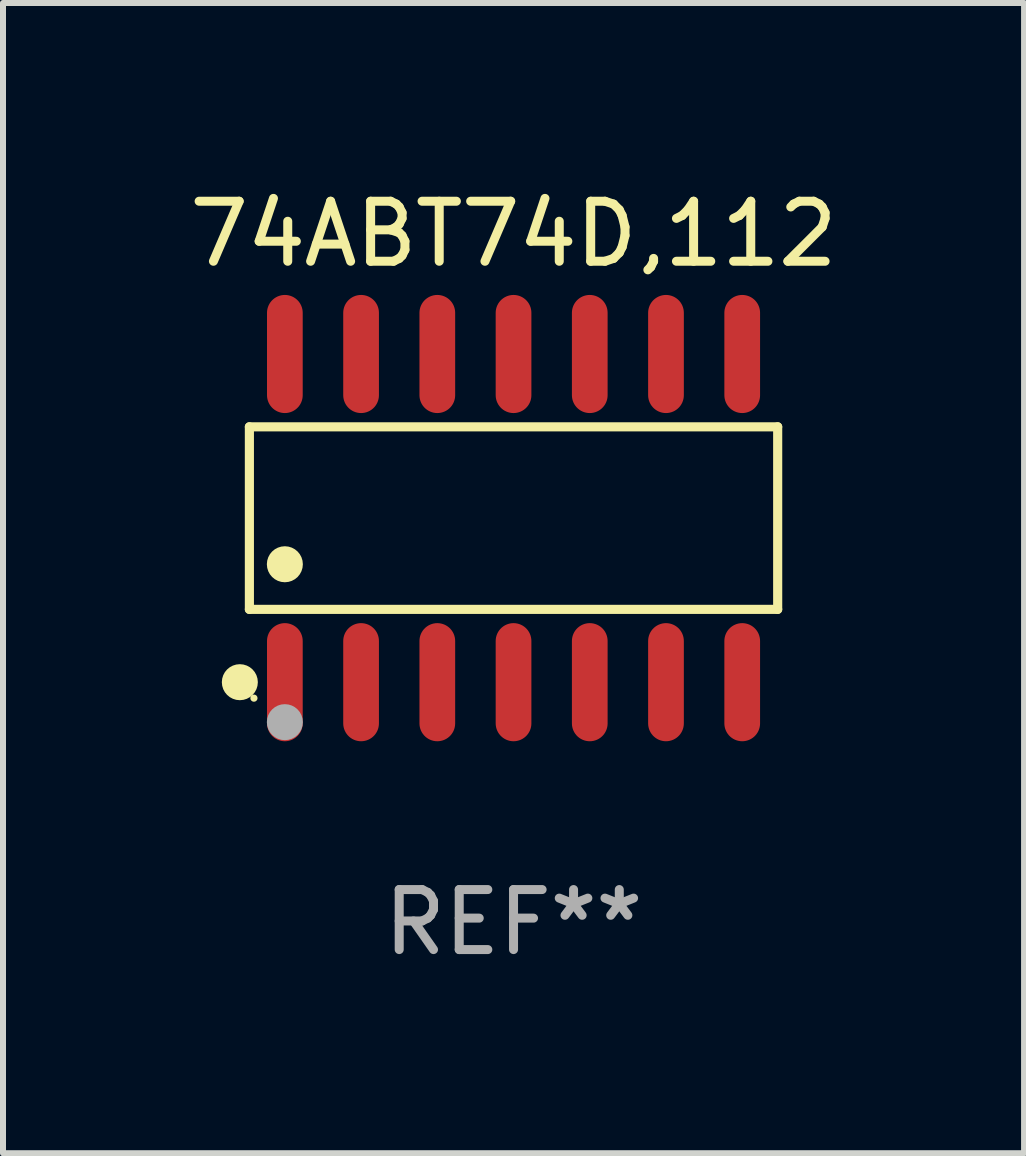
<source format=kicad_pcb>
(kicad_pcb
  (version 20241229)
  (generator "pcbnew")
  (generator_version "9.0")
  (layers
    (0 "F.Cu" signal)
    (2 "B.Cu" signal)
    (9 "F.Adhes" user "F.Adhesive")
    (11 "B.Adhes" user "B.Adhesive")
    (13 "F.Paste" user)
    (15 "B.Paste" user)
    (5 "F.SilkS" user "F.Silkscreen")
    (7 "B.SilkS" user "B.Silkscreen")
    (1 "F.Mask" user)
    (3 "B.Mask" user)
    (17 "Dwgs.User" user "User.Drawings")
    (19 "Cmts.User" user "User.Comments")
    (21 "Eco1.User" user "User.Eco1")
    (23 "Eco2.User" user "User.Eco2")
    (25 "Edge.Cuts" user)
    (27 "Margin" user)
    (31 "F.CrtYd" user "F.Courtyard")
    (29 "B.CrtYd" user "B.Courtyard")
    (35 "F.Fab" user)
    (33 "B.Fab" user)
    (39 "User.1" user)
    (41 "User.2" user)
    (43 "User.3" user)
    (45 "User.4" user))
  (footprint "74ABT74D,112"
    (layer "F.Cu")
    (at 5.506 5.582)
    (property "Reference" "74ABT74D,112" (at 0 -4.734 0) (layer "F.SilkS") (effects (font (size 1 1) (thickness 0.15))))
    (attr through_hole)
    (fp_line (start -4.401 -1.521) (end 4.401 -1.521) (stroke (width 0.152) (type solid)) (layer "F.SilkS"))
    (fp_line (start -4.401 1.521) (end -4.401 -1.521) (stroke (width 0.152) (type solid)) (layer "F.SilkS"))
    (fp_line (start 4.401 -1.521) (end 4.401 1.521) (stroke (width 0.152) (type solid)) (layer "F.SilkS"))
    (fp_line (start 4.401 1.521) (end -4.401 1.521) (stroke (width 0.152) (type solid)) (layer "F.SilkS"))
    (fp_circle (center -4.56 2.734) (end -4.41 2.734) (stroke (width 0.3) (type solid)) (fill no) (layer "F.SilkS"))
    (fp_circle (center -4.325 3) (end -4.295 3) (stroke (width 0.06) (type solid)) (fill no) (layer "F.SilkS"))
    (fp_circle (center -3.81 0.769) (end -3.66 0.769) (stroke (width 0.3) (type solid)) (fill no) (layer "F.SilkS"))
    (fp_circle (center -3.81 3.4) (end -3.66 3.4) (stroke (width 0.3) (type solid)) (fill no) (layer "F.Fab"))
    (fp_text user "REF**" (at 0 6.734 0) (layer "F.Fab") (effects (font (size 1 1) (thickness 0.15))))
    (pad "1" smd oval (at -3.81 2.734) (size 0.595 1.968) (layers "F.Cu" "F.Mask" "F.Paste"))
    (pad "2" smd oval (at -2.54 2.734) (size 0.595 1.968) (layers "F.Cu" "F.Mask" "F.Paste"))
    (pad "3" smd oval (at -1.27 2.734) (size 0.595 1.968) (layers "F.Cu" "F.Mask" "F.Paste"))
    (pad "4" smd oval (at 0 2.734) (size 0.595 1.968) (layers "F.Cu" "F.Mask" "F.Paste"))
    (pad "5" smd oval (at 1.27 2.734) (size 0.595 1.968) (layers "F.Cu" "F.Mask" "F.Paste"))
    (pad "6" smd oval (at 2.54 2.734) (size 0.595 1.968) (layers "F.Cu" "F.Mask" "F.Paste"))
    (pad "7" smd oval (at 3.81 2.734) (size 0.595 1.968) (layers "F.Cu" "F.Mask" "F.Paste"))
    (pad "8" smd oval (at 3.81 -2.734) (size 0.595 1.968) (layers "F.Cu" "F.Mask" "F.Paste"))
    (pad "9" smd oval (at 2.54 -2.734) (size 0.595 1.968) (layers "F.Cu" "F.Mask" "F.Paste"))
    (pad "10" smd oval (at 1.27 -2.734) (size 0.595 1.968) (layers "F.Cu" "F.Mask" "F.Paste"))
    (pad "11" smd oval (at 0 -2.734) (size 0.595 1.968) (layers "F.Cu" "F.Mask" "F.Paste"))
    (pad "12" smd oval (at -1.27 -2.734) (size 0.595 1.968) (layers "F.Cu" "F.Mask" "F.Paste"))
    (pad "13" smd oval (at -2.54 -2.734) (size 0.595 1.968) (layers "F.Cu" "F.Mask" "F.Paste"))
    (pad "14" smd oval (at -3.81 -2.734) (size 0.595 1.968) (layers "F.Cu" "F.Mask" "F.Paste")))
  (gr_rect
    (start -3 -3)
    (end 14.012 16.164)
    (stroke (width 0.1) (type default))
    (fill no)
    (layer "Edge.Cuts")))
</source>
